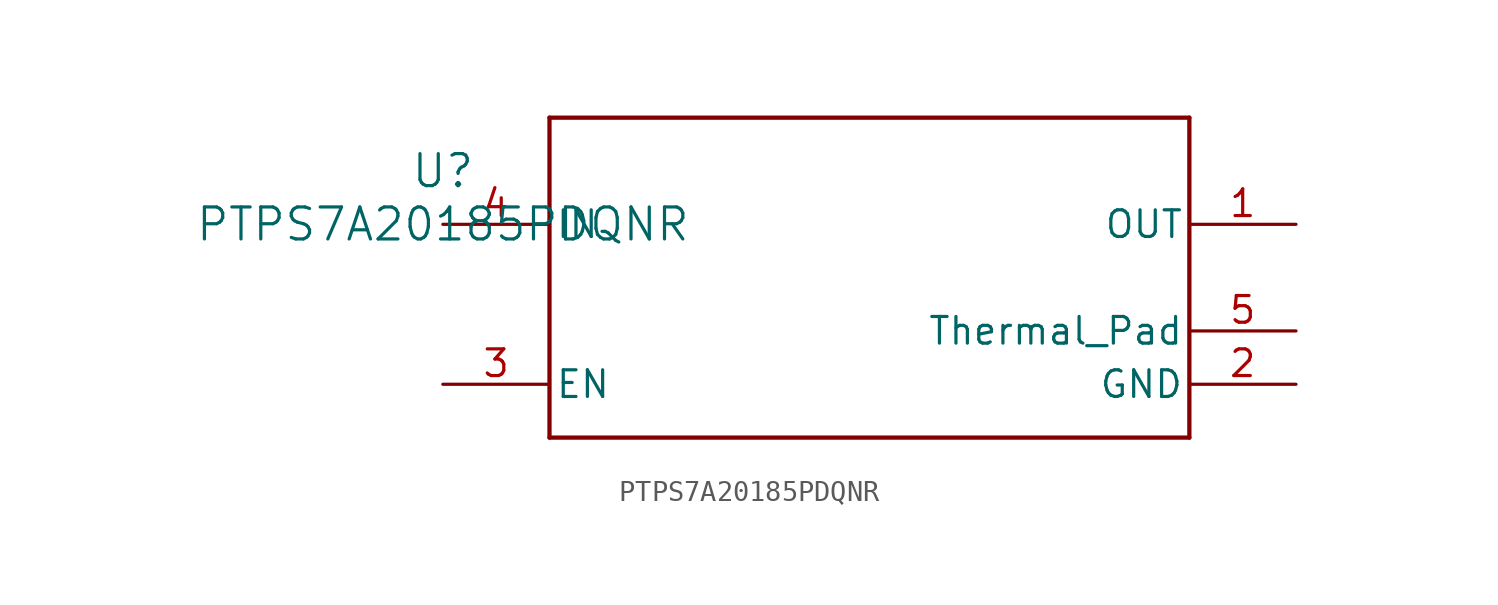
<source format=kicad_sym>
(kicad_symbol_lib
  (version 20211014)
  (generator kicad_symbol_editor)
  (symbol "PTPS7A20185PDQNR"
    (pin_names
      (offset 0.254))
    (property "Reference" "U"
      (at 0 2.54 0)
      (effects (font (size 1.524 1.524))))
    (property "Value" "PTPS7A20185PDQNR"
      (at 0 0 0)
      (effects (font (size 1.524 1.524))))
    (symbol "PTPS7A20185PDQNR_0_1"
      (polyline (pts (xy 5.08 -10.16) (xy 35.56 -10.16)) (stroke (width 0.203) (type default) (color 0 0 0 0)) (fill (type none)))
      (polyline (pts (xy 35.56 -10.16) (xy 35.56 5.08)) (stroke (width 0.203) (type default) (color 0 0 0 0)) (fill (type none)))
      (polyline (pts (xy 35.56 5.08) (xy 5.08 5.08)) (stroke (width 0.203) (type default) (color 0 0 0 0)) (fill (type none)))
      (polyline (pts (xy 5.08 5.08) (xy 5.08 -10.16)) (stroke (width 0.203) (type default) (color 0 0 0 0)) (fill (type none)))
      (pin unspecified line (at 40.64 0 180) (length 5.08) (name "OUT" (effects (font (size 1.27 1.27)))) (number "1" (effects (font (size 1.27 1.27)))))
      (pin power_in line (at 40.64 -7.62 180) (length 5.08) (name "GND" (effects (font (size 1.27 1.27)))) (number "2" (effects (font (size 1.27 1.27)))))
      (pin input line (at 0 -7.62 0) (length 5.08) (name "EN" (effects (font (size 1.27 1.27)))) (number "3" (effects (font (size 1.27 1.27)))))
      (pin power_in line (at 0 0 0) (length 5.08) (name "IN" (effects (font (size 1.27 1.27)))) (number "4" (effects (font (size 1.27 1.27)))))
      (pin unspecified line (at 40.64 -5.08 180) (length 5.08) (name "Thermal_Pad" (effects (font (size 1.27 1.27)))) (number "5" (effects (font (size 1.27 1.27))))))))
</source>
